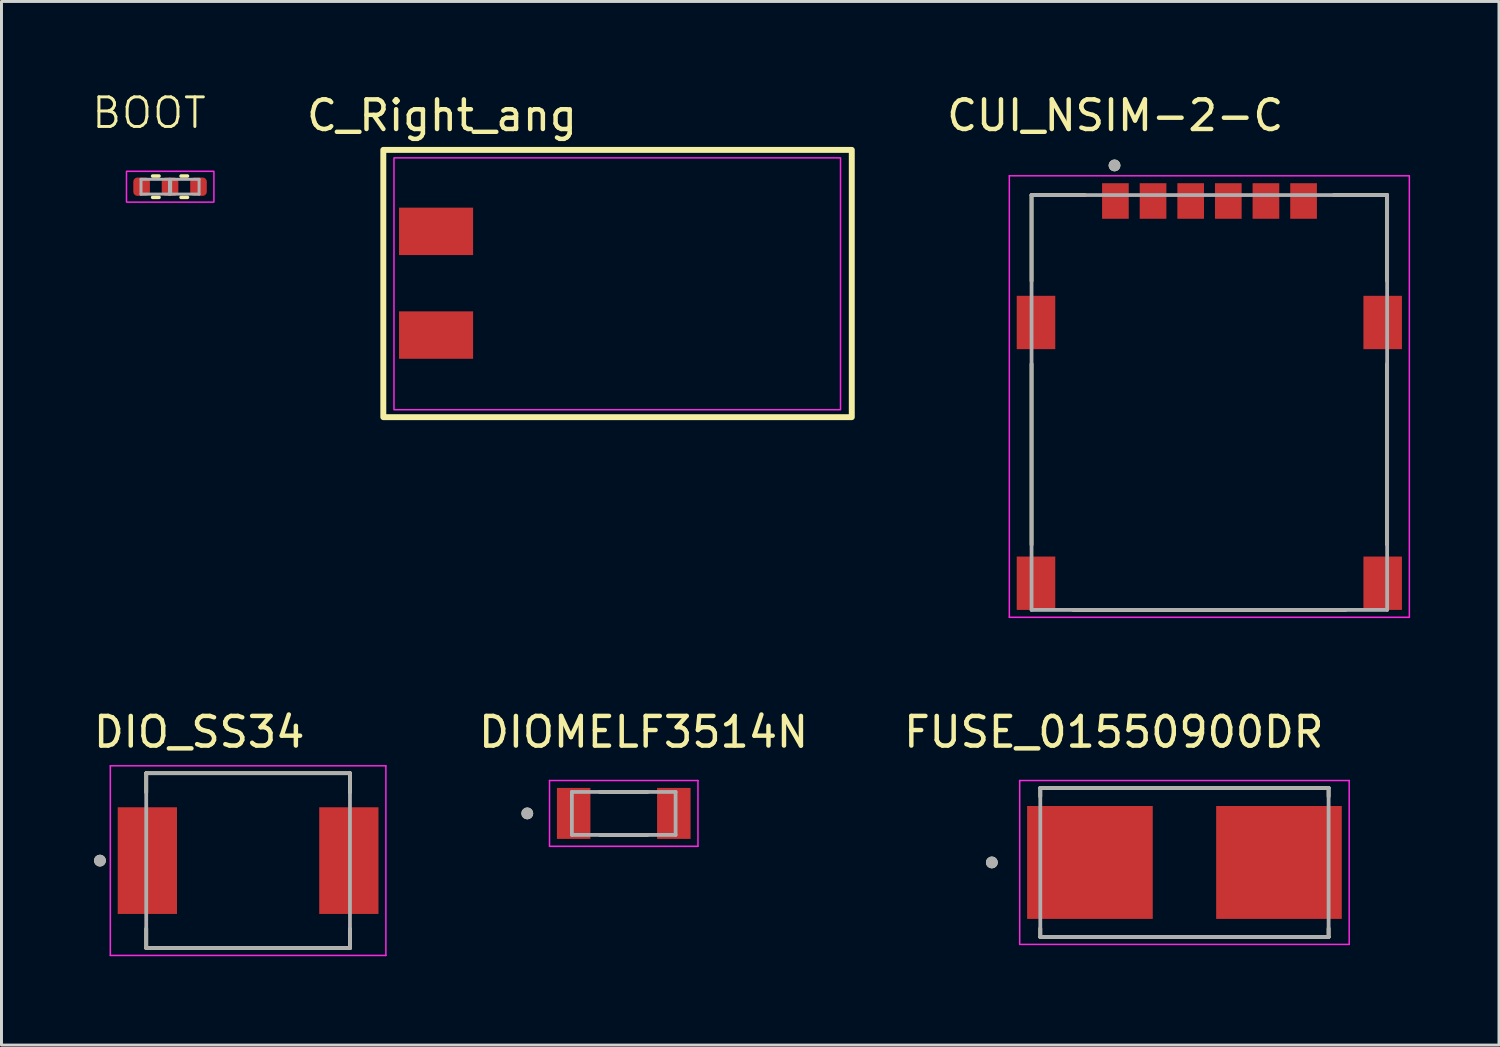
<source format=kicad_pcb>
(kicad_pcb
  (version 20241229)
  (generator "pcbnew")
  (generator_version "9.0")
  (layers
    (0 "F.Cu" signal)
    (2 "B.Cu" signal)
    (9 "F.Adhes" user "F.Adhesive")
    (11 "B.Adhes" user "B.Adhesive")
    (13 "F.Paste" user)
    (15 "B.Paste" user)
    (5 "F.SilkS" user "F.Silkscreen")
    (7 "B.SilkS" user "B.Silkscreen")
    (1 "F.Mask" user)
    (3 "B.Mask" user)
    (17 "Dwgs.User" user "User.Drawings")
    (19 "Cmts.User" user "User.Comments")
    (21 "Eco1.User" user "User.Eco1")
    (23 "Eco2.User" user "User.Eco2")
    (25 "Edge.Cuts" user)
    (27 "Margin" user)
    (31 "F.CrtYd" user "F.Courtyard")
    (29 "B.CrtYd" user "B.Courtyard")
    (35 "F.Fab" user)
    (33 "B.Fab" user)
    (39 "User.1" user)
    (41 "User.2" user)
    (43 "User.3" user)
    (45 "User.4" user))
  (footprint "CUI_NSIM-2-C"
    (layer "F.Cu")
    (at 37.763 7.833)
    (property "Reference" "CUI_NSIM-2-C" (at -3.175 -6.985 0) (layer "F.SilkS") (effects (font (size 1 1) (thickness 0.15))))
    (attr smd)
    (fp_line (start -6 -4.3) (end -4.2 -4.3) (stroke (width 0.127) (type solid)) (layer "F.SilkS"))
    (fp_line (start -6 -1.4) (end -6 -4.3) (stroke (width 0.127) (type solid)) (layer "F.SilkS"))
    (fp_line (start -6 1.4) (end -6 7.5) (stroke (width 0.127) (type solid)) (layer "F.SilkS"))
    (fp_line (start -4.6 9.7) (end 4.6 9.7) (stroke (width 0.127) (type solid)) (layer "F.SilkS"))
    (fp_line (start 6 -4.3) (end 4.2 -4.3) (stroke (width 0.127) (type solid)) (layer "F.SilkS"))
    (fp_line (start 6 -1.4) (end 6 -4.3) (stroke (width 0.127) (type solid)) (layer "F.SilkS"))
    (fp_line (start 6 1.4) (end 6 7.5) (stroke (width 0.127) (type solid)) (layer "F.SilkS"))
    (fp_circle (center -3.2 -5.3) (end -3.1 -5.3) (stroke (width 0.2) (type solid)) (fill no) (layer "F.SilkS"))
    (fp_line (start -6.75 -4.95) (end -6.75 9.95) (stroke (width 0.05) (type solid)) (layer "F.CrtYd"))
    (fp_line (start -6.75 9.95) (end 6.75 9.95) (stroke (width 0.05) (type solid)) (layer "F.CrtYd"))
    (fp_line (start 6.75 -4.95) (end -6.75 -4.95) (stroke (width 0.05) (type solid)) (layer "F.CrtYd"))
    (fp_line (start 6.75 9.95) (end 6.75 -4.95) (stroke (width 0.05) (type solid)) (layer "F.CrtYd"))
    (fp_line (start -6 -4.3) (end -6 9.7) (stroke (width 0.127) (type solid)) (layer "F.Fab"))
    (fp_line (start -6 9.7) (end 6 9.7) (stroke (width 0.127) (type solid)) (layer "F.Fab"))
    (fp_line (start 6 -4.3) (end -6 -4.3) (stroke (width 0.127) (type solid)) (layer "F.Fab"))
    (fp_line (start 6 9.7) (end 6 -4.3) (stroke (width 0.127) (type solid)) (layer "F.Fab"))
    (fp_circle (center -3.2 -5.3) (end -3.1 -5.3) (stroke (width 0.2) (type solid)) (fill no) (layer "F.Fab"))
    (pad "C1" smd rect (at -3.17 -4.1) (size 0.9 1.2) (layers "F.Cu" "F.Mask" "F.Paste"))
    (pad "C2" smd rect (at -0.63 -4.1) (size 0.9 1.2) (layers "F.Cu" "F.Mask" "F.Paste"))
    (pad "C3" smd rect (at 1.91 -4.1) (size 0.9 1.2) (layers "F.Cu" "F.Mask" "F.Paste"))
    (pad "C5" smd rect (at -1.9 -4.1) (size 0.9 1.2) (layers "F.Cu" "F.Mask" "F.Paste"))
    (pad "C6" smd rect (at 0.64 -4.1) (size 0.9 1.2) (layers "F.Cu" "F.Mask" "F.Paste"))
    (pad "C7" smd rect (at 3.18 -4.1) (size 0.9 1.2) (layers "F.Cu" "F.Mask" "F.Paste"))
    (pad "S/W" smd rect (at -5.85 8.8) (size 1.3 1.8) (layers "F.Cu" "F.Mask" "F.Paste"))
    (pad "SH1" smd rect (at -5.85 0) (size 1.3 1.8) (layers "F.Cu" "F.Mask" "F.Paste"))
    (pad "SH2" smd rect (at 5.85 0) (size 1.3 1.8) (layers "F.Cu" "F.Mask" "F.Paste"))
    (pad "SH3" smd rect (at 5.85 8.8) (size 1.3 1.8) (layers "F.Cu" "F.Mask" "F.Paste"))
    (zone (net_name "") (layer "F.Cu") (hatch full 0.508) (connect_pads) (min_thickness 0.01) (filled_areas_thickness no) (keepout (tracks not_allowed) (vias not_allowed) (pads not_allowed) (copperpour not_allowed) (footprints allowed)) (placement (enabled no)) (fill) (polygon (pts (xy 33.873 13.133) (xy 36.273 13.133) (xy 36.273 16.833) (xy 33.873 16.833))))
    (zone (net_name "") (layer "F.Cu") (hatch full 0.508) (connect_pads) (min_thickness 0.01) (filled_areas_thickness no) (keepout (tracks not_allowed) (vias not_allowed) (pads not_allowed) (copperpour not_allowed) (footprints allowed)) (placement (enabled no)) (fill) (polygon (pts (xy 34.573 6.133) (xy 35.873 6.133) (xy 35.873 9.833) (xy 34.573 9.833))))
    (zone (net_name "") (layer "F.Cu") (hatch full 0.508) (connect_pads) (min_thickness 0.01) (filled_areas_thickness no) (keepout (tracks not_allowed) (vias not_allowed) (pads not_allowed) (copperpour not_allowed) (footprints allowed)) (placement (enabled no)) (fill) (polygon (pts (xy 37.113 6.133) (xy 38.413 6.133) (xy 38.413 9.833) (xy 37.113 9.833))))
    (zone (net_name "") (layer "F.Cu") (hatch full 0.508) (connect_pads) (min_thickness 0.01) (filled_areas_thickness no) (keepout (tracks not_allowed) (vias not_allowed) (pads not_allowed) (copperpour not_allowed) (footprints allowed)) (placement (enabled no)) (fill) (polygon (pts (xy 37.113 13.133) (xy 38.413 13.133) (xy 38.413 16.833) (xy 37.113 16.833))))
    (zone (net_name "") (layer "F.Cu") (hatch full 0.508) (connect_pads) (min_thickness 0.01) (filled_areas_thickness no) (keepout (tracks not_allowed) (vias not_allowed) (pads not_allowed) (copperpour not_allowed) (footprints allowed)) (placement (enabled no)) (fill) (polygon (pts (xy 39.653 6.133) (xy 40.953 6.133) (xy 40.953 9.833) (xy 39.653 9.833))))
    (zone (net_name "") (layer "F.Cu") (hatch full 0.508) (connect_pads) (min_thickness 0.01) (filled_areas_thickness no) (keepout (tracks not_allowed) (vias not_allowed) (pads not_allowed) (copperpour not_allowed) (footprints allowed)) (placement (enabled no)) (fill) (polygon (pts (xy 39.653 13.133) (xy 40.953 13.133) (xy 40.953 16.833) (xy 39.653 16.833))))
    (zone (net_name "") (layers "F.Cu" "B.Cu") (hatch full 0.508) (connect_pads) (min_thickness 0.01) (filled_areas_thickness no) (keepout (tracks allowed) (vias not_allowed) (pads allowed) (copperpour allowed) (footprints allowed)) (placement (enabled no)) (fill) (polygon (pts (xy 33.873 13.133) (xy 36.273 13.133) (xy 36.273 16.833) (xy 33.873 16.833))))
    (zone (net_name "") (layers "F.Cu" "B.Cu") (hatch full 0.508) (connect_pads) (min_thickness 0.01) (filled_areas_thickness no) (keepout (tracks allowed) (vias not_allowed) (pads allowed) (copperpour allowed) (footprints allowed)) (placement (enabled no)) (fill) (polygon (pts (xy 34.573 6.133) (xy 35.873 6.133) (xy 35.873 9.833) (xy 34.573 9.833))))
    (zone (net_name "") (layers "F.Cu" "B.Cu") (hatch full 0.508) (connect_pads) (min_thickness 0.01) (filled_areas_thickness no) (keepout (tracks allowed) (vias not_allowed) (pads allowed) (copperpour allowed) (footprints allowed)) (placement (enabled no)) (fill) (polygon (pts (xy 37.113 6.133) (xy 38.413 6.133) (xy 38.413 9.833) (xy 37.113 9.833))))
    (zone (net_name "") (layers "F.Cu" "B.Cu") (hatch full 0.508) (connect_pads) (min_thickness 0.01) (filled_areas_thickness no) (keepout (tracks allowed) (vias not_allowed) (pads allowed) (copperpour allowed) (footprints allowed)) (placement (enabled no)) (fill) (polygon (pts (xy 37.113 13.133) (xy 38.413 13.133) (xy 38.413 16.833) (xy 37.113 16.833))))
    (zone (net_name "") (layers "F.Cu" "B.Cu") (hatch full 0.508) (connect_pads) (min_thickness 0.01) (filled_areas_thickness no) (keepout (tracks allowed) (vias not_allowed) (pads allowed) (copperpour allowed) (footprints allowed)) (placement (enabled no)) (fill) (polygon (pts (xy 39.653 6.133) (xy 40.953 6.133) (xy 40.953 9.833) (xy 39.653 9.833))))
    (zone (net_name "") (layers "F.Cu" "B.Cu") (hatch full 0.508) (connect_pads) (min_thickness 0.01) (filled_areas_thickness no) (keepout (tracks allowed) (vias not_allowed) (pads allowed) (copperpour allowed) (footprints allowed)) (placement (enabled no)) (fill) (polygon (pts (xy 39.653 13.133) (xy 40.953 13.133) (xy 40.953 16.833) (xy 39.653 16.833)))))
  (footprint "C_Right_ang"
    (layer "F.Cu")
    (at 9.916 6.508)
    (property "Reference" "C_Right_ang" (at 1.95 -5.66 0) (layer "F.SilkS") (effects (font (size 1 1) (thickness 0.15))))
    (attr through_hole)
    (fp_rect (start -0.03 -4.5) (end 15.78 4.52) (stroke (width 0.2) (type solid)) (fill no) (layer "F.SilkS"))
    (fp_rect (start 0.33 -4.23) (end 15.4 4.27) (stroke (width 0.05) (type solid)) (fill no) (layer "F.CrtYd"))
    (pad "1" smd rect (at 1.75 1.75 90) (size 1.6 2.5) (layers "F.Cu" "F.Mask" "F.Paste"))
    (pad "2" smd rect (at 1.75 -1.75 90) (size 1.6 2.5) (layers "F.Cu" "F.Mask" "F.Paste")))
  (footprint "DIOMELF3514N"
    (layer "F.Cu")
    (at 18 24.401)
    (property "Reference" "DIOMELF3514N" (at 0.67 -2.745 0) (layer "F.SilkS") (effects (font (size 1 1) (thickness 0.15))))
    (attr smd)
    (fp_line (start -0.805 -0.725) (end 0.805 -0.725) (stroke (width 0.127) (type solid)) (layer "F.SilkS"))
    (fp_line (start -0.805 0.725) (end 0.805 0.725) (stroke (width 0.127) (type solid)) (layer "F.SilkS"))
    (fp_circle (center -3.255 0) (end -3.155 0) (stroke (width 0.2) (type solid)) (fill no) (layer "F.SilkS"))
    (fp_line (start -2.505 -1.11) (end -2.505 1.11) (stroke (width 0.05) (type solid)) (layer "F.CrtYd"))
    (fp_line (start -2.505 1.11) (end 2.505 1.11) (stroke (width 0.05) (type solid)) (layer "F.CrtYd"))
    (fp_line (start 2.505 -1.11) (end -2.505 -1.11) (stroke (width 0.05) (type solid)) (layer "F.CrtYd"))
    (fp_line (start 2.505 1.11) (end 2.505 -1.11) (stroke (width 0.05) (type solid)) (layer "F.CrtYd"))
    (fp_line (start -1.75 -0.725) (end -1.75 0.725) (stroke (width 0.127) (type solid)) (layer "F.Fab"))
    (fp_line (start -1.75 0.725) (end 1.75 0.725) (stroke (width 0.127) (type solid)) (layer "F.Fab"))
    (fp_line (start 1.75 -0.725) (end -1.75 -0.725) (stroke (width 0.127) (type solid)) (layer "F.Fab"))
    (fp_line (start 1.75 0.725) (end 1.75 -0.725) (stroke (width 0.127) (type solid)) (layer "F.Fab"))
    (fp_circle (center -3.255 0) (end -3.155 0) (stroke (width 0.2) (type solid)) (fill no) (layer "F.Fab"))
    (pad "1" smd rect (at -1.69 0) (size 1.13 1.72) (layers "F.Cu" "F.Mask" "F.Paste"))
    (pad "2" smd rect (at 1.69 0) (size 1.13 1.72) (layers "F.Cu" "F.Mask" "F.Paste")))
  (footprint "FUSE_01550900DR"
    (layer "F.Cu")
    (at 36.923 26.056)
    (property "Reference" "FUSE_01550900DR" (at -2.384 -4.4 0) (layer "F.SilkS") (effects (font (size 1 1) (thickness 0.15))))
    (attr smd)
    (fp_line (start -4.865 -2.515) (end 4.865 -2.515) (stroke (width 0.127) (type solid)) (layer "F.SilkS"))
    (fp_line (start -4.865 -2.225) (end -4.865 -2.515) (stroke (width 0.127) (type solid)) (layer "F.SilkS"))
    (fp_line (start -4.865 2.515) (end -4.865 2.225) (stroke (width 0.127) (type solid)) (layer "F.SilkS"))
    (fp_line (start 4.865 -2.515) (end 4.865 -2.225) (stroke (width 0.127) (type solid)) (layer "F.SilkS"))
    (fp_line (start 4.865 2.515) (end -4.865 2.515) (stroke (width 0.127) (type solid)) (layer "F.SilkS"))
    (fp_line (start 4.865 2.515) (end 4.865 2.225) (stroke (width 0.127) (type solid)) (layer "F.SilkS"))
    (fp_circle (center -6.5 0) (end -6.4 0) (stroke (width 0.2) (type solid)) (fill no) (layer "F.SilkS"))
    (fp_line (start -5.56 -2.765) (end -5.56 2.765) (stroke (width 0.05) (type solid)) (layer "F.CrtYd"))
    (fp_line (start -5.56 2.765) (end 5.56 2.765) (stroke (width 0.05) (type solid)) (layer "F.CrtYd"))
    (fp_line (start 5.56 -2.765) (end -5.56 -2.765) (stroke (width 0.05) (type solid)) (layer "F.CrtYd"))
    (fp_line (start 5.56 2.765) (end 5.56 -2.765) (stroke (width 0.05) (type solid)) (layer "F.CrtYd"))
    (fp_line (start -4.865 -2.515) (end 4.865 -2.515) (stroke (width 0.127) (type solid)) (layer "F.Fab"))
    (fp_line (start -4.865 2.515) (end -4.865 -2.515) (stroke (width 0.127) (type solid)) (layer "F.Fab"))
    (fp_line (start 4.865 -2.515) (end 4.865 2.515) (stroke (width 0.127) (type solid)) (layer "F.Fab"))
    (fp_line (start 4.865 2.515) (end -4.865 2.515) (stroke (width 0.127) (type solid)) (layer "F.Fab"))
    (fp_circle (center -6.5 0) (end -6.4 0) (stroke (width 0.2) (type solid)) (fill no) (layer "F.Fab"))
    (pad "1" smd rect (at -3.19 0) (size 4.24 3.81) (layers "F.Cu" "F.Mask" "F.Paste"))
    (pad "2" smd rect (at 3.19 0) (size 4.24 3.81) (layers "F.Cu" "F.Mask" "F.Paste")))
  (footprint "DIO_SS34"
    (layer "F.Cu")
    (at 5.323 25.994)
    (property "Reference" "DIO_SS34" (at -1.65 -4.338 0) (layer "F.SilkS") (effects (font (size 1 1) (thickness 0.15))))
    (attr smd)
    (fp_line (start -3.438 -2.95) (end -3.438 -2.3) (stroke (width 0.127) (type solid)) (layer "F.SilkS"))
    (fp_line (start -3.438 2.95) (end -3.438 2.3) (stroke (width 0.127) (type solid)) (layer "F.SilkS"))
    (fp_line (start -3.438 2.95) (end 3.438 2.95) (stroke (width 0.127) (type solid)) (layer "F.SilkS"))
    (fp_line (start 3.438 -2.95) (end -3.438 -2.95) (stroke (width 0.127) (type solid)) (layer "F.SilkS"))
    (fp_line (start 3.438 -2.3) (end 3.438 -2.95) (stroke (width 0.127) (type solid)) (layer "F.SilkS"))
    (fp_line (start 3.438 2.95) (end 3.438 2.3) (stroke (width 0.127) (type solid)) (layer "F.SilkS"))
    (fp_circle (center -5 0) (end -4.9 0) (stroke (width 0.2) (type solid)) (fill no) (layer "F.SilkS"))
    (fp_line (start -4.65 -3.2) (end -4.65 3.2) (stroke (width 0.05) (type solid)) (layer "F.CrtYd"))
    (fp_line (start -4.65 3.2) (end 4.65 3.2) (stroke (width 0.05) (type solid)) (layer "F.CrtYd"))
    (fp_line (start 4.65 -3.2) (end -4.65 -3.2) (stroke (width 0.05) (type solid)) (layer "F.CrtYd"))
    (fp_line (start 4.65 3.2) (end 4.65 -3.2) (stroke (width 0.05) (type solid)) (layer "F.CrtYd"))
    (fp_line (start -3.438 -2.95) (end -3.438 2.95) (stroke (width 0.127) (type solid)) (layer "F.Fab"))
    (fp_line (start -3.438 2.95) (end 3.438 2.95) (stroke (width 0.127) (type solid)) (layer "F.Fab"))
    (fp_line (start 3.438 -2.95) (end -3.438 -2.95) (stroke (width 0.127) (type solid)) (layer "F.Fab"))
    (fp_line (start 3.438 2.95) (end 3.438 -2.95) (stroke (width 0.127) (type solid)) (layer "F.Fab"))
    (fp_circle (center -5 0) (end -4.9 0) (stroke (width 0.2) (type solid)) (fill no) (layer "F.Fab"))
    (pad "1" smd rect (at -3.4 0) (size 2 3.6) (layers "F.Cu" "F.Mask" "F.Paste"))
    (pad "2" smd rect (at 3.4 0) (size 2 3.6) (layers "F.Cu" "F.Mask" "F.Paste")))
  (footprint "BOOT"
    (layer "F.Cu")
    (at 2.689 3.771)
    (property "Reference" "BOOT" (at -0.71 -3.01 0) (unlocked yes) (layer "F.SilkS") (effects (font (size 1 1) (thickness 0.1))))
    (attr smd)
    (fp_line (start -0.588 -0.88) (end -0.372 -0.88) (stroke (width 0.12) (type solid)) (layer "F.SilkS"))
    (fp_line (start -0.588 -0.16) (end -0.372 -0.16) (stroke (width 0.12) (type solid)) (layer "F.SilkS"))
    (fp_line (start 0.372 -0.88) (end 0.588 -0.88) (stroke (width 0.12) (type solid)) (layer "F.SilkS"))
    (fp_line (start 0.372 -0.16) (end 0.588 -0.16) (stroke (width 0.12) (type solid)) (layer "F.SilkS"))
    (fp_rect (start -1.47 -1.04) (end 1.48 0) (stroke (width 0.05) (type default)) (fill no) (layer "F.CrtYd"))
    (fp_line (start -0.98 -0.77) (end -0.02 -0.77) (stroke (width 0.1) (type solid)) (layer "F.Fab"))
    (fp_line (start -0.98 -0.27) (end -0.98 -0.77) (stroke (width 0.1) (type solid)) (layer "F.Fab"))
    (fp_line (start -0.02 -0.77) (end 0.98 -0.77) (stroke (width 0.1) (type solid)) (layer "F.Fab"))
    (fp_line (start -0.02 -0.27) (end -0.98 -0.27) (stroke (width 0.1) (type solid)) (layer "F.Fab"))
    (fp_line (start -0.02 -0.27) (end -0.02 -0.77) (stroke (width 0.1) (type solid)) (layer "F.Fab"))
    (fp_line (start 0.02 -0.77) (end 0.02 -0.27) (stroke (width 0.1) (type solid)) (layer "F.Fab"))
    (fp_line (start 0.98 -0.77) (end 0.98 -0.27) (stroke (width 0.1) (type solid)) (layer "F.Fab"))
    (fp_line (start 0.98 -0.27) (end -0.02 -0.27) (stroke (width 0.1) (type solid)) (layer "F.Fab"))
    (pad "1" smd roundrect (at -0.96 -0.52) (size 0.56 0.62) (layers "F.Cu" "F.Mask" "F.Paste") (roundrect_rratio 0.25))
    (pad "2" smd roundrect (at 0 -0.52) (size 0.56 0.62) (layers "F.Cu" "F.Mask" "F.Paste") (roundrect_rratio 0.25))
    (pad "3" smd roundrect (at 0.96 -0.52) (size 0.56 0.62) (layers "F.Cu" "F.Mask" "F.Paste") (roundrect_rratio 0.25)))
  (gr_rect
    (start -3 -3)
    (end 47.538 32.219)
    (stroke (width 0.1) (type default))
    (fill no)
    (layer "Edge.Cuts")))
</source>
